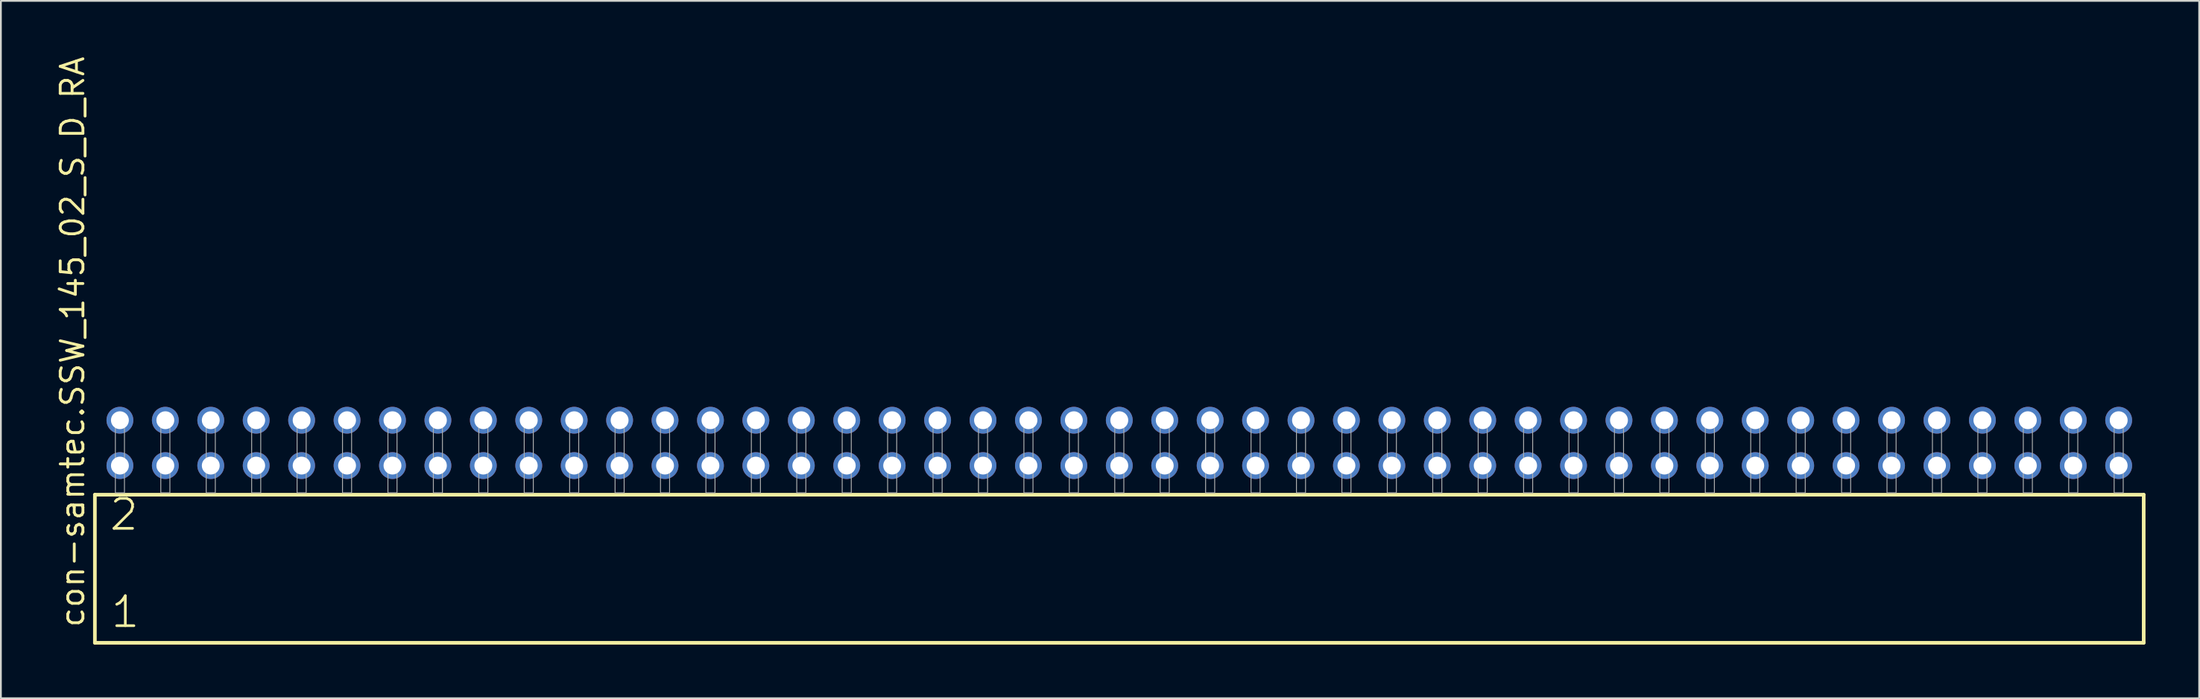
<source format=kicad_pcb>
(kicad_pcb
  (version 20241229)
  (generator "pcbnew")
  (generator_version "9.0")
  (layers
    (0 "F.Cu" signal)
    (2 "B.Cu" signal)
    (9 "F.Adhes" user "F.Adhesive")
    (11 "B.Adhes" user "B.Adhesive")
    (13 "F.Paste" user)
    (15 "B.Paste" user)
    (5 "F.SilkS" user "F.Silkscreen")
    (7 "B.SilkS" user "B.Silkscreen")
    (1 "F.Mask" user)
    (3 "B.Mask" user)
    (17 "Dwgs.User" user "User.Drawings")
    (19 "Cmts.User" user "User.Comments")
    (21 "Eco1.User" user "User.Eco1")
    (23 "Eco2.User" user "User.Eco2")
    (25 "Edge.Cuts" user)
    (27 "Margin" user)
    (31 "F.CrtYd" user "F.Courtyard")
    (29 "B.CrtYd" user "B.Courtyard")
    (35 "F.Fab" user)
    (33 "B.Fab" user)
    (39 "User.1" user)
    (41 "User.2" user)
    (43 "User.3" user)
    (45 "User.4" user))
  (footprint "con-samtec.SSW_145_02_S_D_RA"
    (layer "F.Cu")
    (at 59.535 24.537)
    (property "Reference" "con-samtec.SSW_145_02_S_D_RA" (at -57.785 7.62 90) (layer "F.SilkS") (effects (font (size 1.27 1.27) (thickness 0.16)) (justify left bottom)))
    (attr through_hole)
    (fp_line (start -57.279 0.106) (end -57.279 8.396) (stroke (width 0.203) (type default)) (layer "F.SilkS"))
    (fp_line (start -57.279 8.396) (end 57.279 8.396) (stroke (width 0.203) (type default)) (layer "F.SilkS"))
    (fp_line (start 57.279 0.106) (end -57.279 0.106) (stroke (width 0.203) (type default)) (layer "F.SilkS"))
    (fp_line (start 57.279 8.396) (end 57.279 0.106) (stroke (width 0.203) (type default)) (layer "F.SilkS"))
    (fp_rect (start -56.134 0) (end -55.626 -4.318) (stroke (width 0.05) (type default)) (fill no) (layer "F.Fab"))
    (fp_rect (start -53.594 0) (end -53.086 -4.318) (stroke (width 0.05) (type default)) (fill no) (layer "F.Fab"))
    (fp_rect (start -51.054 0) (end -50.546 -4.318) (stroke (width 0.05) (type default)) (fill no) (layer "F.Fab"))
    (fp_rect (start -48.514 0) (end -48.006 -4.318) (stroke (width 0.05) (type default)) (fill no) (layer "F.Fab"))
    (fp_rect (start -45.974 0) (end -45.466 -4.318) (stroke (width 0.05) (type default)) (fill no) (layer "F.Fab"))
    (fp_rect (start -43.434 0) (end -42.926 -4.318) (stroke (width 0.05) (type default)) (fill no) (layer "F.Fab"))
    (fp_rect (start -40.894 0) (end -40.386 -4.318) (stroke (width 0.05) (type default)) (fill no) (layer "F.Fab"))
    (fp_rect (start -38.354 0) (end -37.846 -4.318) (stroke (width 0.05) (type default)) (fill no) (layer "F.Fab"))
    (fp_rect (start -35.814 0) (end -35.306 -4.318) (stroke (width 0.05) (type default)) (fill no) (layer "F.Fab"))
    (fp_rect (start -33.274 0) (end -32.766 -4.318) (stroke (width 0.05) (type default)) (fill no) (layer "F.Fab"))
    (fp_rect (start -30.734 0) (end -30.226 -4.318) (stroke (width 0.05) (type default)) (fill no) (layer "F.Fab"))
    (fp_rect (start -28.194 0) (end -27.686 -4.318) (stroke (width 0.05) (type default)) (fill no) (layer "F.Fab"))
    (fp_rect (start -25.654 0) (end -25.146 -4.318) (stroke (width 0.05) (type default)) (fill no) (layer "F.Fab"))
    (fp_rect (start -23.114 0) (end -22.606 -4.318) (stroke (width 0.05) (type default)) (fill no) (layer "F.Fab"))
    (fp_rect (start -20.574 0) (end -20.066 -4.318) (stroke (width 0.05) (type default)) (fill no) (layer "F.Fab"))
    (fp_rect (start -18.034 0) (end -17.526 -4.318) (stroke (width 0.05) (type default)) (fill no) (layer "F.Fab"))
    (fp_rect (start -15.494 0) (end -14.986 -4.318) (stroke (width 0.05) (type default)) (fill no) (layer "F.Fab"))
    (fp_rect (start -12.954 0) (end -12.446 -4.318) (stroke (width 0.05) (type default)) (fill no) (layer "F.Fab"))
    (fp_rect (start -10.414 0) (end -9.906 -4.318) (stroke (width 0.05) (type default)) (fill no) (layer "F.Fab"))
    (fp_rect (start -7.874 0) (end -7.366 -4.318) (stroke (width 0.05) (type default)) (fill no) (layer "F.Fab"))
    (fp_rect (start -5.334 0) (end -4.826 -4.318) (stroke (width 0.05) (type default)) (fill no) (layer "F.Fab"))
    (fp_rect (start -2.794 0) (end -2.286 -4.318) (stroke (width 0.05) (type default)) (fill no) (layer "F.Fab"))
    (fp_rect (start -0.254 0) (end 0.254 -4.318) (stroke (width 0.05) (type default)) (fill no) (layer "F.Fab"))
    (fp_rect (start 2.286 0) (end 2.794 -4.318) (stroke (width 0.05) (type default)) (fill no) (layer "F.Fab"))
    (fp_rect (start 4.826 0) (end 5.334 -4.318) (stroke (width 0.05) (type default)) (fill no) (layer "F.Fab"))
    (fp_rect (start 7.366 0) (end 7.874 -4.318) (stroke (width 0.05) (type default)) (fill no) (layer "F.Fab"))
    (fp_rect (start 9.906 0) (end 10.414 -4.318) (stroke (width 0.05) (type default)) (fill no) (layer "F.Fab"))
    (fp_rect (start 12.446 0) (end 12.954 -4.318) (stroke (width 0.05) (type default)) (fill no) (layer "F.Fab"))
    (fp_rect (start 14.986 0) (end 15.494 -4.318) (stroke (width 0.05) (type default)) (fill no) (layer "F.Fab"))
    (fp_rect (start 17.526 0) (end 18.034 -4.318) (stroke (width 0.05) (type default)) (fill no) (layer "F.Fab"))
    (fp_rect (start 20.066 0) (end 20.574 -4.318) (stroke (width 0.05) (type default)) (fill no) (layer "F.Fab"))
    (fp_rect (start 22.606 0) (end 23.114 -4.318) (stroke (width 0.05) (type default)) (fill no) (layer "F.Fab"))
    (fp_rect (start 25.146 0) (end 25.654 -4.318) (stroke (width 0.05) (type default)) (fill no) (layer "F.Fab"))
    (fp_rect (start 27.686 0) (end 28.194 -4.318) (stroke (width 0.05) (type default)) (fill no) (layer "F.Fab"))
    (fp_rect (start 30.226 0) (end 30.734 -4.318) (stroke (width 0.05) (type default)) (fill no) (layer "F.Fab"))
    (fp_rect (start 32.766 0) (end 33.274 -4.318) (stroke (width 0.05) (type default)) (fill no) (layer "F.Fab"))
    (fp_rect (start 35.306 0) (end 35.814 -4.318) (stroke (width 0.05) (type default)) (fill no) (layer "F.Fab"))
    (fp_rect (start 37.846 0) (end 38.354 -4.318) (stroke (width 0.05) (type default)) (fill no) (layer "F.Fab"))
    (fp_rect (start 40.386 0) (end 40.894 -4.318) (stroke (width 0.05) (type default)) (fill no) (layer "F.Fab"))
    (fp_rect (start 42.926 0) (end 43.434 -4.318) (stroke (width 0.05) (type default)) (fill no) (layer "F.Fab"))
    (fp_rect (start 45.466 0) (end 45.974 -4.318) (stroke (width 0.05) (type default)) (fill no) (layer "F.Fab"))
    (fp_rect (start 48.006 0) (end 48.514 -4.318) (stroke (width 0.05) (type default)) (fill no) (layer "F.Fab"))
    (fp_rect (start 50.546 0) (end 51.054 -4.318) (stroke (width 0.05) (type default)) (fill no) (layer "F.Fab"))
    (fp_rect (start 53.086 0) (end 53.594 -4.318) (stroke (width 0.05) (type default)) (fill no) (layer "F.Fab"))
    (fp_rect (start 55.626 0) (end 56.134 -4.318) (stroke (width 0.05) (type default)) (fill no) (layer "F.Fab"))
    (fp_text user "2" (at -56.55 2.2 0) (layer "F.SilkS") (effects (font (size 1.676 1.676) (thickness 0.15)) (justify left bottom)))
    (fp_text user "1" (at -56.475 7.65 0) (layer "F.SilkS") (effects (font (size 1.676 1.676) (thickness 0.15)) (justify left bottom)))
    (pad "1" thru_hole circle (at -55.88 -1.524) (size 1.5 1.5) (drill 1) (layers "*.Cu" "*.Mask"))
    (pad "2" thru_hole circle (at -55.88 -4.064) (size 1.5 1.5) (drill 1) (layers "*.Cu" "*.Mask"))
    (pad "3" thru_hole circle (at -53.34 -1.524) (size 1.5 1.5) (drill 1) (layers "*.Cu" "*.Mask"))
    (pad "4" thru_hole circle (at -53.34 -4.064) (size 1.5 1.5) (drill 1) (layers "*.Cu" "*.Mask"))
    (pad "5" thru_hole circle (at -50.8 -1.524) (size 1.5 1.5) (drill 1) (layers "*.Cu" "*.Mask"))
    (pad "6" thru_hole circle (at -50.8 -4.064) (size 1.5 1.5) (drill 1) (layers "*.Cu" "*.Mask"))
    (pad "7" thru_hole circle (at -48.26 -1.524) (size 1.5 1.5) (drill 1) (layers "*.Cu" "*.Mask"))
    (pad "8" thru_hole circle (at -48.26 -4.064) (size 1.5 1.5) (drill 1) (layers "*.Cu" "*.Mask"))
    (pad "9" thru_hole circle (at -45.72 -1.524) (size 1.5 1.5) (drill 1) (layers "*.Cu" "*.Mask"))
    (pad "10" thru_hole circle (at -45.72 -4.064) (size 1.5 1.5) (drill 1) (layers "*.Cu" "*.Mask"))
    (pad "11" thru_hole circle (at -43.18 -1.524) (size 1.5 1.5) (drill 1) (layers "*.Cu" "*.Mask"))
    (pad "12" thru_hole circle (at -43.18 -4.064) (size 1.5 1.5) (drill 1) (layers "*.Cu" "*.Mask"))
    (pad "13" thru_hole circle (at -40.64 -1.524) (size 1.5 1.5) (drill 1) (layers "*.Cu" "*.Mask"))
    (pad "14" thru_hole circle (at -40.64 -4.064) (size 1.5 1.5) (drill 1) (layers "*.Cu" "*.Mask"))
    (pad "15" thru_hole circle (at -38.1 -1.524) (size 1.5 1.5) (drill 1) (layers "*.Cu" "*.Mask"))
    (pad "16" thru_hole circle (at -38.1 -4.064) (size 1.5 1.5) (drill 1) (layers "*.Cu" "*.Mask"))
    (pad "17" thru_hole circle (at -35.56 -1.524) (size 1.5 1.5) (drill 1) (layers "*.Cu" "*.Mask"))
    (pad "18" thru_hole circle (at -35.56 -4.064) (size 1.5 1.5) (drill 1) (layers "*.Cu" "*.Mask"))
    (pad "19" thru_hole circle (at -33.02 -1.524) (size 1.5 1.5) (drill 1) (layers "*.Cu" "*.Mask"))
    (pad "20" thru_hole circle (at -33.02 -4.064) (size 1.5 1.5) (drill 1) (layers "*.Cu" "*.Mask"))
    (pad "21" thru_hole circle (at -30.48 -1.524) (size 1.5 1.5) (drill 1) (layers "*.Cu" "*.Mask"))
    (pad "22" thru_hole circle (at -30.48 -4.064) (size 1.5 1.5) (drill 1) (layers "*.Cu" "*.Mask"))
    (pad "23" thru_hole circle (at -27.94 -1.524) (size 1.5 1.5) (drill 1) (layers "*.Cu" "*.Mask"))
    (pad "24" thru_hole circle (at -27.94 -4.064) (size 1.5 1.5) (drill 1) (layers "*.Cu" "*.Mask"))
    (pad "25" thru_hole circle (at -25.4 -1.524) (size 1.5 1.5) (drill 1) (layers "*.Cu" "*.Mask"))
    (pad "26" thru_hole circle (at -25.4 -4.064) (size 1.5 1.5) (drill 1) (layers "*.Cu" "*.Mask"))
    (pad "27" thru_hole circle (at -22.86 -1.524) (size 1.5 1.5) (drill 1) (layers "*.Cu" "*.Mask"))
    (pad "28" thru_hole circle (at -22.86 -4.064) (size 1.5 1.5) (drill 1) (layers "*.Cu" "*.Mask"))
    (pad "29" thru_hole circle (at -20.32 -1.524) (size 1.5 1.5) (drill 1) (layers "*.Cu" "*.Mask"))
    (pad "30" thru_hole circle (at -20.32 -4.064) (size 1.5 1.5) (drill 1) (layers "*.Cu" "*.Mask"))
    (pad "31" thru_hole circle (at -17.78 -1.524) (size 1.5 1.5) (drill 1) (layers "*.Cu" "*.Mask"))
    (pad "32" thru_hole circle (at -17.78 -4.064) (size 1.5 1.5) (drill 1) (layers "*.Cu" "*.Mask"))
    (pad "33" thru_hole circle (at -15.24 -1.524) (size 1.5 1.5) (drill 1) (layers "*.Cu" "*.Mask"))
    (pad "34" thru_hole circle (at -15.24 -4.064) (size 1.5 1.5) (drill 1) (layers "*.Cu" "*.Mask"))
    (pad "35" thru_hole circle (at -12.7 -1.524) (size 1.5 1.5) (drill 1) (layers "*.Cu" "*.Mask"))
    (pad "36" thru_hole circle (at -12.7 -4.064) (size 1.5 1.5) (drill 1) (layers "*.Cu" "*.Mask"))
    (pad "37" thru_hole circle (at -10.16 -1.524) (size 1.5 1.5) (drill 1) (layers "*.Cu" "*.Mask"))
    (pad "38" thru_hole circle (at -10.16 -4.064) (size 1.5 1.5) (drill 1) (layers "*.Cu" "*.Mask"))
    (pad "39" thru_hole circle (at -7.62 -1.524) (size 1.5 1.5) (drill 1) (layers "*.Cu" "*.Mask"))
    (pad "40" thru_hole circle (at -7.62 -4.064) (size 1.5 1.5) (drill 1) (layers "*.Cu" "*.Mask"))
    (pad "41" thru_hole circle (at -5.08 -1.524) (size 1.5 1.5) (drill 1) (layers "*.Cu" "*.Mask"))
    (pad "42" thru_hole circle (at -5.08 -4.064) (size 1.5 1.5) (drill 1) (layers "*.Cu" "*.Mask"))
    (pad "43" thru_hole circle (at -2.54 -1.524) (size 1.5 1.5) (drill 1) (layers "*.Cu" "*.Mask"))
    (pad "44" thru_hole circle (at -2.54 -4.064) (size 1.5 1.5) (drill 1) (layers "*.Cu" "*.Mask"))
    (pad "45" thru_hole circle (at 0 -1.524) (size 1.5 1.5) (drill 1) (layers "*.Cu" "*.Mask"))
    (pad "46" thru_hole circle (at 0 -4.064) (size 1.5 1.5) (drill 1) (layers "*.Cu" "*.Mask"))
    (pad "47" thru_hole circle (at 2.54 -1.524) (size 1.5 1.5) (drill 1) (layers "*.Cu" "*.Mask"))
    (pad "48" thru_hole circle (at 2.54 -4.064) (size 1.5 1.5) (drill 1) (layers "*.Cu" "*.Mask"))
    (pad "49" thru_hole circle (at 5.08 -1.524) (size 1.5 1.5) (drill 1) (layers "*.Cu" "*.Mask"))
    (pad "50" thru_hole circle (at 5.08 -4.064) (size 1.5 1.5) (drill 1) (layers "*.Cu" "*.Mask"))
    (pad "51" thru_hole circle (at 7.62 -1.524) (size 1.5 1.5) (drill 1) (layers "*.Cu" "*.Mask"))
    (pad "52" thru_hole circle (at 7.62 -4.064) (size 1.5 1.5) (drill 1) (layers "*.Cu" "*.Mask"))
    (pad "53" thru_hole circle (at 10.16 -1.524) (size 1.5 1.5) (drill 1) (layers "*.Cu" "*.Mask"))
    (pad "54" thru_hole circle (at 10.16 -4.064) (size 1.5 1.5) (drill 1) (layers "*.Cu" "*.Mask"))
    (pad "55" thru_hole circle (at 12.7 -1.524) (size 1.5 1.5) (drill 1) (layers "*.Cu" "*.Mask"))
    (pad "56" thru_hole circle (at 12.7 -4.064) (size 1.5 1.5) (drill 1) (layers "*.Cu" "*.Mask"))
    (pad "57" thru_hole circle (at 15.24 -1.524) (size 1.5 1.5) (drill 1) (layers "*.Cu" "*.Mask"))
    (pad "58" thru_hole circle (at 15.24 -4.064) (size 1.5 1.5) (drill 1) (layers "*.Cu" "*.Mask"))
    (pad "59" thru_hole circle (at 17.78 -1.524) (size 1.5 1.5) (drill 1) (layers "*.Cu" "*.Mask"))
    (pad "60" thru_hole circle (at 17.78 -4.064) (size 1.5 1.5) (drill 1) (layers "*.Cu" "*.Mask"))
    (pad "61" thru_hole circle (at 20.32 -1.524) (size 1.5 1.5) (drill 1) (layers "*.Cu" "*.Mask"))
    (pad "62" thru_hole circle (at 20.32 -4.064) (size 1.5 1.5) (drill 1) (layers "*.Cu" "*.Mask"))
    (pad "63" thru_hole circle (at 22.86 -1.524) (size 1.5 1.5) (drill 1) (layers "*.Cu" "*.Mask"))
    (pad "64" thru_hole circle (at 22.86 -4.064) (size 1.5 1.5) (drill 1) (layers "*.Cu" "*.Mask"))
    (pad "65" thru_hole circle (at 25.4 -1.524) (size 1.5 1.5) (drill 1) (layers "*.Cu" "*.Mask"))
    (pad "66" thru_hole circle (at 25.4 -4.064) (size 1.5 1.5) (drill 1) (layers "*.Cu" "*.Mask"))
    (pad "67" thru_hole circle (at 27.94 -1.524) (size 1.5 1.5) (drill 1) (layers "*.Cu" "*.Mask"))
    (pad "68" thru_hole circle (at 27.94 -4.064) (size 1.5 1.5) (drill 1) (layers "*.Cu" "*.Mask"))
    (pad "69" thru_hole circle (at 30.48 -1.524) (size 1.5 1.5) (drill 1) (layers "*.Cu" "*.Mask"))
    (pad "70" thru_hole circle (at 30.48 -4.064) (size 1.5 1.5) (drill 1) (layers "*.Cu" "*.Mask"))
    (pad "71" thru_hole circle (at 33.02 -1.524) (size 1.5 1.5) (drill 1) (layers "*.Cu" "*.Mask"))
    (pad "72" thru_hole circle (at 33.02 -4.064) (size 1.5 1.5) (drill 1) (layers "*.Cu" "*.Mask"))
    (pad "73" thru_hole circle (at 35.56 -1.524) (size 1.5 1.5) (drill 1) (layers "*.Cu" "*.Mask"))
    (pad "74" thru_hole circle (at 35.56 -4.064) (size 1.5 1.5) (drill 1) (layers "*.Cu" "*.Mask"))
    (pad "75" thru_hole circle (at 38.1 -1.524) (size 1.5 1.5) (drill 1) (layers "*.Cu" "*.Mask"))
    (pad "76" thru_hole circle (at 38.1 -4.064) (size 1.5 1.5) (drill 1) (layers "*.Cu" "*.Mask"))
    (pad "77" thru_hole circle (at 40.64 -1.524) (size 1.5 1.5) (drill 1) (layers "*.Cu" "*.Mask"))
    (pad "78" thru_hole circle (at 40.64 -4.064) (size 1.5 1.5) (drill 1) (layers "*.Cu" "*.Mask"))
    (pad "79" thru_hole circle (at 43.18 -1.524) (size 1.5 1.5) (drill 1) (layers "*.Cu" "*.Mask"))
    (pad "80" thru_hole circle (at 43.18 -4.064) (size 1.5 1.5) (drill 1) (layers "*.Cu" "*.Mask"))
    (pad "81" thru_hole circle (at 45.72 -1.524) (size 1.5 1.5) (drill 1) (layers "*.Cu" "*.Mask"))
    (pad "82" thru_hole circle (at 45.72 -4.064) (size 1.5 1.5) (drill 1) (layers "*.Cu" "*.Mask"))
    (pad "83" thru_hole circle (at 48.26 -1.524) (size 1.5 1.5) (drill 1) (layers "*.Cu" "*.Mask"))
    (pad "84" thru_hole circle (at 48.26 -4.064) (size 1.5 1.5) (drill 1) (layers "*.Cu" "*.Mask"))
    (pad "85" thru_hole circle (at 50.8 -1.524) (size 1.5 1.5) (drill 1) (layers "*.Cu" "*.Mask"))
    (pad "86" thru_hole circle (at 50.8 -4.064) (size 1.5 1.5) (drill 1) (layers "*.Cu" "*.Mask"))
    (pad "87" thru_hole circle (at 53.34 -1.524) (size 1.5 1.5) (drill 1) (layers "*.Cu" "*.Mask"))
    (pad "88" thru_hole circle (at 53.34 -4.064) (size 1.5 1.5) (drill 1) (layers "*.Cu" "*.Mask"))
    (pad "89" thru_hole circle (at 55.88 -1.524) (size 1.5 1.5) (drill 1) (layers "*.Cu" "*.Mask"))
    (pad "90" thru_hole circle (at 55.88 -4.064) (size 1.5 1.5) (drill 1) (layers "*.Cu" "*.Mask")))
  (gr_rect
    (start -3 -3)
    (end 119.916 36.035)
    (stroke (width 0.1) (type default))
    (fill no)
    (layer "Edge.Cuts")))
</source>
